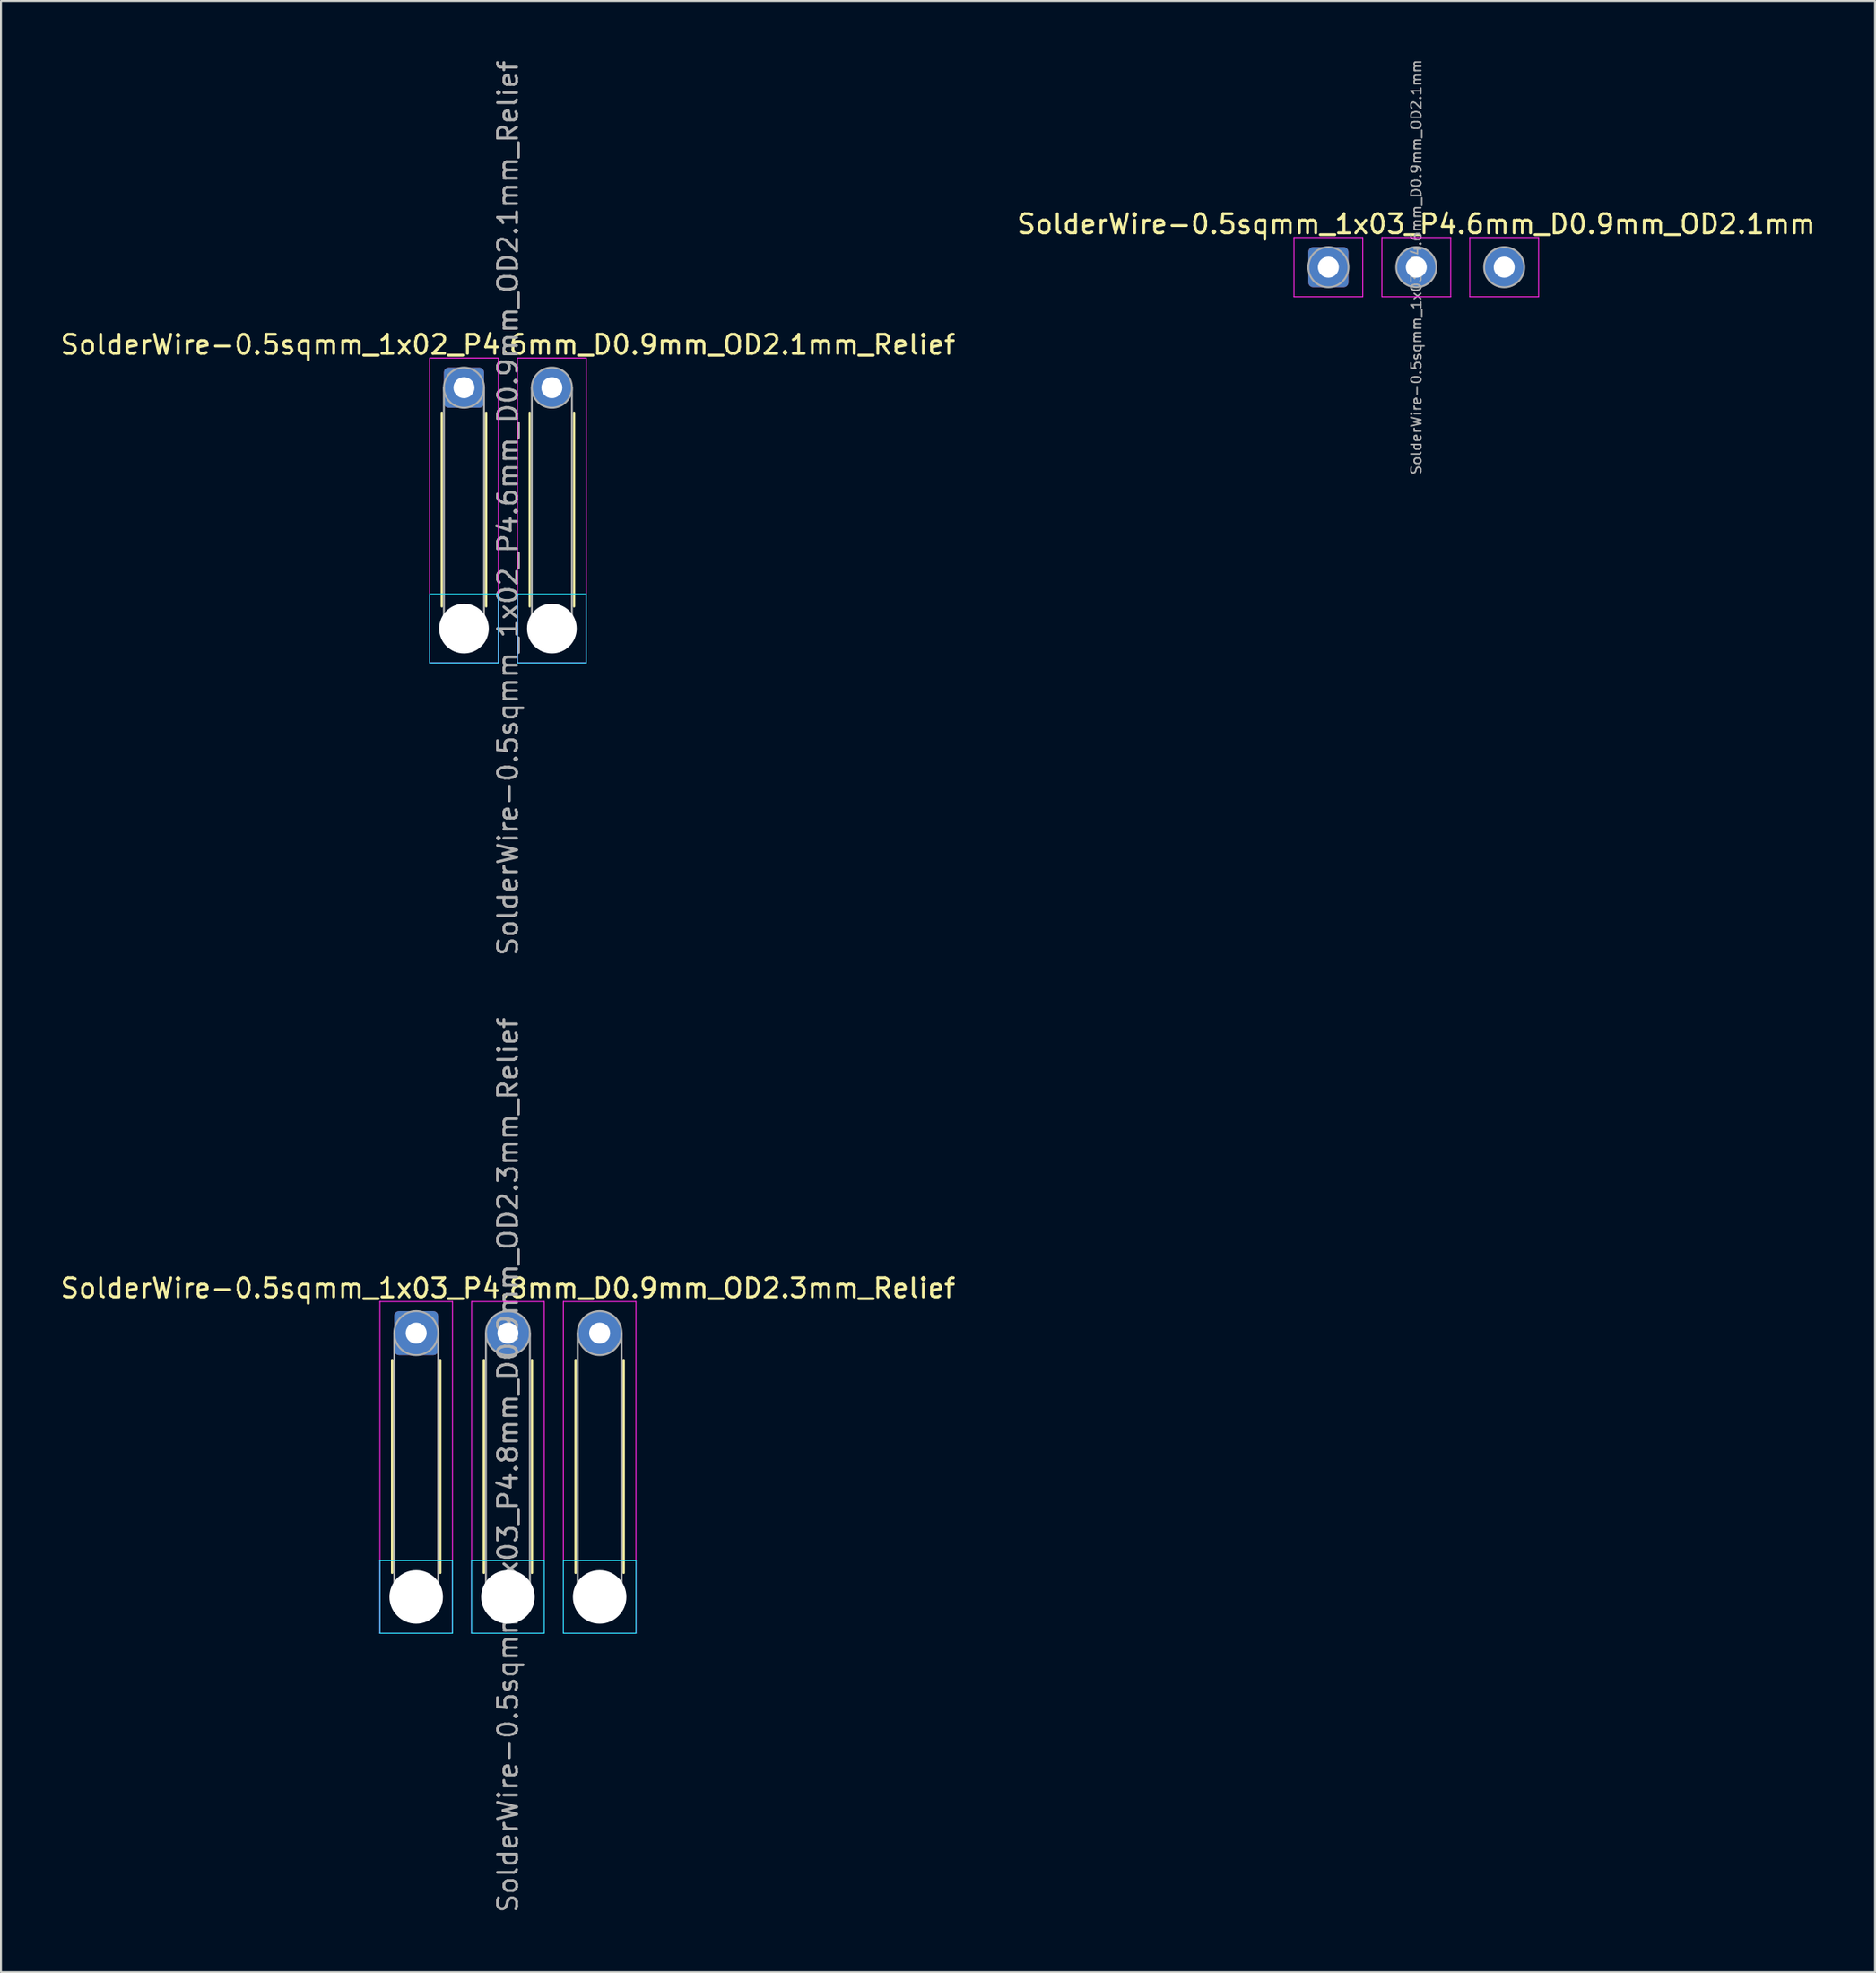
<source format=kicad_pcb>
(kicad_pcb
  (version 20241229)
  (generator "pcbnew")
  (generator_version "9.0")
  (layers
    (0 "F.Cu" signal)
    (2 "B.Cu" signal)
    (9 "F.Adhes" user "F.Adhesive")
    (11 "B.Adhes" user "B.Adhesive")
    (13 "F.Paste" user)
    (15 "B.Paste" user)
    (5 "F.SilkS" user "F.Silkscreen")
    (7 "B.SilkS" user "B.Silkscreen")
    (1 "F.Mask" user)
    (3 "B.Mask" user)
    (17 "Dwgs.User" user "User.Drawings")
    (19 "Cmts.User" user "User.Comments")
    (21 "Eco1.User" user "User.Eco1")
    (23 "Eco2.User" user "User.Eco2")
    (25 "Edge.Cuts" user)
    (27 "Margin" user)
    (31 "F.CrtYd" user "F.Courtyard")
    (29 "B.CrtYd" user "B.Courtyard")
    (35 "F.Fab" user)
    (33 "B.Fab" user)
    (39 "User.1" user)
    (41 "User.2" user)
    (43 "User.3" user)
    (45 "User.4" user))
  (footprint "SolderWire-0.5sqmm_1x02_P4.6mm_D0.9mm_OD2.1mm_Relief"
    (layer "F.Cu")
    (at 21.23 17.23)
    (property "Reference" "SolderWire-0.5sqmm_1x02_P4.6mm_D0.9mm_OD2.1mm_Relief" (at 2.3 -2.25 0) (layer "F.SilkS") (effects (font (size 1 1) (thickness 0.15))))
    (attr exclude_from_pos_files exclude_from_bom)
    (fp_line (start -1.16 1.31) (end -1.16 11.44) (stroke (width 0.12) (type solid)) (layer "F.SilkS"))
    (fp_line (start 1.16 1.31) (end 1.16 11.44) (stroke (width 0.12) (type solid)) (layer "F.SilkS"))
    (fp_line (start 3.44 1.31) (end 3.44 11.44) (stroke (width 0.12) (type solid)) (layer "F.SilkS"))
    (fp_line (start 5.76 1.31) (end 5.76 11.44) (stroke (width 0.12) (type solid)) (layer "F.SilkS"))
    (fp_line (start -1.8 10.8) (end -1.8 14.4) (stroke (width 0.05) (type solid)) (layer "B.CrtYd"))
    (fp_line (start -1.8 14.4) (end 1.8 14.4) (stroke (width 0.05) (type solid)) (layer "B.CrtYd"))
    (fp_line (start 1.8 10.8) (end -1.8 10.8) (stroke (width 0.05) (type solid)) (layer "B.CrtYd"))
    (fp_line (start 1.8 14.4) (end 1.8 10.8) (stroke (width 0.05) (type solid)) (layer "B.CrtYd"))
    (fp_line (start 2.8 10.8) (end 2.8 14.4) (stroke (width 0.05) (type solid)) (layer "B.CrtYd"))
    (fp_line (start 2.8 14.4) (end 6.4 14.4) (stroke (width 0.05) (type solid)) (layer "B.CrtYd"))
    (fp_line (start 6.4 10.8) (end 2.8 10.8) (stroke (width 0.05) (type solid)) (layer "B.CrtYd"))
    (fp_line (start 6.4 14.4) (end 6.4 10.8) (stroke (width 0.05) (type solid)) (layer "B.CrtYd"))
    (fp_line (start -1.8 -1.55) (end -1.8 14.4) (stroke (width 0.05) (type solid)) (layer "F.CrtYd"))
    (fp_line (start -1.8 14.4) (end 1.8 14.4) (stroke (width 0.05) (type solid)) (layer "F.CrtYd"))
    (fp_line (start 1.8 -1.55) (end -1.8 -1.55) (stroke (width 0.05) (type solid)) (layer "F.CrtYd"))
    (fp_line (start 1.8 14.4) (end 1.8 -1.55) (stroke (width 0.05) (type solid)) (layer "F.CrtYd"))
    (fp_line (start 2.8 -1.55) (end 2.8 14.4) (stroke (width 0.05) (type solid)) (layer "F.CrtYd"))
    (fp_line (start 2.8 14.4) (end 6.4 14.4) (stroke (width 0.05) (type solid)) (layer "F.CrtYd"))
    (fp_line (start 6.4 -1.55) (end 2.8 -1.55) (stroke (width 0.05) (type solid)) (layer "F.CrtYd"))
    (fp_line (start 6.4 14.4) (end 6.4 -1.55) (stroke (width 0.05) (type solid)) (layer "F.CrtYd"))
    (fp_line (start -1.05 0) (end -1.05 12.6) (stroke (width 0.1) (type solid)) (layer "F.Fab"))
    (fp_line (start 1.05 0) (end 1.05 12.6) (stroke (width 0.1) (type solid)) (layer "F.Fab"))
    (fp_line (start 3.55 0) (end 3.55 12.6) (stroke (width 0.1) (type solid)) (layer "F.Fab"))
    (fp_line (start 5.65 0) (end 5.65 12.6) (stroke (width 0.1) (type solid)) (layer "F.Fab"))
    (fp_circle (center 0 0) (end 1.05 0) (stroke (width 0.1) (type solid)) (fill no) (layer "F.Fab"))
    (fp_circle (center 0 12.6) (end 1.05 12.6) (stroke (width 0.1) (type solid)) (fill no) (layer "F.Fab"))
    (fp_circle (center 4.6 0) (end 5.65 0) (stroke (width 0.1) (type solid)) (fill no) (layer "F.Fab"))
    (fp_circle (center 4.6 12.6) (end 5.65 12.6) (stroke (width 0.1) (type solid)) (fill no) (layer "F.Fab"))
    (fp_text user "${REFERENCE}" (at 2.3 6.3 90) (layer "F.Fab") (effects (font (size 1 1) (thickness 0.15))))
    (pad "" np_thru_hole circle (at 0 12.6) (size 2.6 2.6) (drill 2.6) (layers "*.Cu" "*.Mask"))
    (pad "" np_thru_hole circle (at 4.6 12.6) (size 2.6 2.6) (drill 2.6) (layers "*.Cu" "*.Mask"))
    (pad "1" thru_hole roundrect (at 0 0) (size 2.1 2.1) (drill 1.1) (layers "*.Cu" "*.Mask") (roundrect_rratio 0.119))
    (pad "2" thru_hole circle (at 4.6 0) (size 2.1 2.1) (drill 1.1) (layers "*.Cu" "*.Mask")))
  (footprint "SolderWire-0.5sqmm_1x03_P4.8mm_D0.9mm_OD2.3mm_Relief"
    (layer "F.Cu")
    (at 18.73 66.689)
    (property "Reference" "SolderWire-0.5sqmm_1x03_P4.8mm_D0.9mm_OD2.3mm_Relief" (at 4.8 -2.35 0) (layer "F.SilkS") (effects (font (size 1 1) (thickness 0.15))))
    (attr exclude_from_pos_files exclude_from_bom)
    (fp_line (start -1.26 1.41) (end -1.26 12.54) (stroke (width 0.12) (type solid)) (layer "F.SilkS"))
    (fp_line (start 1.26 1.41) (end 1.26 12.54) (stroke (width 0.12) (type solid)) (layer "F.SilkS"))
    (fp_line (start 3.54 1.41) (end 3.54 12.54) (stroke (width 0.12) (type solid)) (layer "F.SilkS"))
    (fp_line (start 6.06 1.41) (end 6.06 12.54) (stroke (width 0.12) (type solid)) (layer "F.SilkS"))
    (fp_line (start 8.34 1.41) (end 8.34 12.54) (stroke (width 0.12) (type solid)) (layer "F.SilkS"))
    (fp_line (start 10.86 1.41) (end 10.86 12.54) (stroke (width 0.12) (type solid)) (layer "F.SilkS"))
    (fp_line (start -1.9 11.9) (end -1.9 15.7) (stroke (width 0.05) (type solid)) (layer "B.CrtYd"))
    (fp_line (start -1.9 15.7) (end 1.9 15.7) (stroke (width 0.05) (type solid)) (layer "B.CrtYd"))
    (fp_line (start 1.9 11.9) (end -1.9 11.9) (stroke (width 0.05) (type solid)) (layer "B.CrtYd"))
    (fp_line (start 1.9 15.7) (end 1.9 11.9) (stroke (width 0.05) (type solid)) (layer "B.CrtYd"))
    (fp_line (start 2.9 11.9) (end 2.9 15.7) (stroke (width 0.05) (type solid)) (layer "B.CrtYd"))
    (fp_line (start 2.9 15.7) (end 6.7 15.7) (stroke (width 0.05) (type solid)) (layer "B.CrtYd"))
    (fp_line (start 6.7 11.9) (end 2.9 11.9) (stroke (width 0.05) (type solid)) (layer "B.CrtYd"))
    (fp_line (start 6.7 15.7) (end 6.7 11.9) (stroke (width 0.05) (type solid)) (layer "B.CrtYd"))
    (fp_line (start 7.7 11.9) (end 7.7 15.7) (stroke (width 0.05) (type solid)) (layer "B.CrtYd"))
    (fp_line (start 7.7 15.7) (end 11.5 15.7) (stroke (width 0.05) (type solid)) (layer "B.CrtYd"))
    (fp_line (start 11.5 11.9) (end 7.7 11.9) (stroke (width 0.05) (type solid)) (layer "B.CrtYd"))
    (fp_line (start 11.5 15.7) (end 11.5 11.9) (stroke (width 0.05) (type solid)) (layer "B.CrtYd"))
    (fp_line (start -1.9 -1.65) (end -1.9 15.7) (stroke (width 0.05) (type solid)) (layer "F.CrtYd"))
    (fp_line (start -1.9 15.7) (end 1.9 15.7) (stroke (width 0.05) (type solid)) (layer "F.CrtYd"))
    (fp_line (start 1.9 -1.65) (end -1.9 -1.65) (stroke (width 0.05) (type solid)) (layer "F.CrtYd"))
    (fp_line (start 1.9 15.7) (end 1.9 -1.65) (stroke (width 0.05) (type solid)) (layer "F.CrtYd"))
    (fp_line (start 2.9 -1.65) (end 2.9 15.7) (stroke (width 0.05) (type solid)) (layer "F.CrtYd"))
    (fp_line (start 2.9 15.7) (end 6.7 15.7) (stroke (width 0.05) (type solid)) (layer "F.CrtYd"))
    (fp_line (start 6.7 -1.65) (end 2.9 -1.65) (stroke (width 0.05) (type solid)) (layer "F.CrtYd"))
    (fp_line (start 6.7 15.7) (end 6.7 -1.65) (stroke (width 0.05) (type solid)) (layer "F.CrtYd"))
    (fp_line (start 7.7 -1.65) (end 7.7 15.7) (stroke (width 0.05) (type solid)) (layer "F.CrtYd"))
    (fp_line (start 7.7 15.7) (end 11.5 15.7) (stroke (width 0.05) (type solid)) (layer "F.CrtYd"))
    (fp_line (start 11.5 -1.65) (end 7.7 -1.65) (stroke (width 0.05) (type solid)) (layer "F.CrtYd"))
    (fp_line (start 11.5 15.7) (end 11.5 -1.65) (stroke (width 0.05) (type solid)) (layer "F.CrtYd"))
    (fp_line (start -1.15 0) (end -1.15 13.8) (stroke (width 0.1) (type solid)) (layer "F.Fab"))
    (fp_line (start 1.15 0) (end 1.15 13.8) (stroke (width 0.1) (type solid)) (layer "F.Fab"))
    (fp_line (start 3.65 0) (end 3.65 13.8) (stroke (width 0.1) (type solid)) (layer "F.Fab"))
    (fp_line (start 5.95 0) (end 5.95 13.8) (stroke (width 0.1) (type solid)) (layer "F.Fab"))
    (fp_line (start 8.45 0) (end 8.45 13.8) (stroke (width 0.1) (type solid)) (layer "F.Fab"))
    (fp_line (start 10.75 0) (end 10.75 13.8) (stroke (width 0.1) (type solid)) (layer "F.Fab"))
    (fp_circle (center 0 0) (end 1.15 0) (stroke (width 0.1) (type solid)) (fill no) (layer "F.Fab"))
    (fp_circle (center 0 13.8) (end 1.15 13.8) (stroke (width 0.1) (type solid)) (fill no) (layer "F.Fab"))
    (fp_circle (center 4.8 0) (end 5.95 0) (stroke (width 0.1) (type solid)) (fill no) (layer "F.Fab"))
    (fp_circle (center 4.8 13.8) (end 5.95 13.8) (stroke (width 0.1) (type solid)) (fill no) (layer "F.Fab"))
    (fp_circle (center 9.6 0) (end 10.75 0) (stroke (width 0.1) (type solid)) (fill no) (layer "F.Fab"))
    (fp_circle (center 9.6 13.8) (end 10.75 13.8) (stroke (width 0.1) (type solid)) (fill no) (layer "F.Fab"))
    (fp_text user "${REFERENCE}" (at 4.8 6.9 90) (layer "F.Fab") (effects (font (size 1 1) (thickness 0.15))))
    (pad "" np_thru_hole circle (at 0 13.8) (size 2.8 2.8) (drill 2.8) (layers "*.Cu" "*.Mask"))
    (pad "" np_thru_hole circle (at 4.8 13.8) (size 2.8 2.8) (drill 2.8) (layers "*.Cu" "*.Mask"))
    (pad "" np_thru_hole circle (at 9.6 13.8) (size 2.8 2.8) (drill 2.8) (layers "*.Cu" "*.Mask"))
    (pad "1" thru_hole roundrect (at 0 0) (size 2.3 2.3) (drill 1.1) (layers "*.Cu" "*.Mask") (roundrect_rratio 0.109))
    (pad "2" thru_hole circle (at 4.8 0) (size 2.3 2.3) (drill 1.1) (layers "*.Cu" "*.Mask"))
    (pad "3" thru_hole circle (at 9.6 0) (size 2.3 2.3) (drill 1.1) (layers "*.Cu" "*.Mask")))
  (footprint "SolderWire-0.5sqmm_1x03_P4.6mm_D0.9mm_OD2.1mm"
    (layer "F.Cu")
    (at 66.465 10.926)
    (property "Reference" "SolderWire-0.5sqmm_1x03_P4.6mm_D0.9mm_OD2.1mm" (at 4.6 -2.25 0) (layer "F.SilkS") (effects (font (size 1 1) (thickness 0.15))))
    (attr exclude_from_pos_files exclude_from_bom)
    (fp_line (start -1.8 -1.55) (end -1.8 1.55) (stroke (width 0.05) (type solid)) (layer "F.CrtYd"))
    (fp_line (start -1.8 1.55) (end 1.8 1.55) (stroke (width 0.05) (type solid)) (layer "F.CrtYd"))
    (fp_line (start 1.8 -1.55) (end -1.8 -1.55) (stroke (width 0.05) (type solid)) (layer "F.CrtYd"))
    (fp_line (start 1.8 1.55) (end 1.8 -1.55) (stroke (width 0.05) (type solid)) (layer "F.CrtYd"))
    (fp_line (start 2.8 -1.55) (end 2.8 1.55) (stroke (width 0.05) (type solid)) (layer "F.CrtYd"))
    (fp_line (start 2.8 1.55) (end 6.4 1.55) (stroke (width 0.05) (type solid)) (layer "F.CrtYd"))
    (fp_line (start 6.4 -1.55) (end 2.8 -1.55) (stroke (width 0.05) (type solid)) (layer "F.CrtYd"))
    (fp_line (start 6.4 1.55) (end 6.4 -1.55) (stroke (width 0.05) (type solid)) (layer "F.CrtYd"))
    (fp_line (start 7.4 -1.55) (end 7.4 1.55) (stroke (width 0.05) (type solid)) (layer "F.CrtYd"))
    (fp_line (start 7.4 1.55) (end 11 1.55) (stroke (width 0.05) (type solid)) (layer "F.CrtYd"))
    (fp_line (start 11 -1.55) (end 7.4 -1.55) (stroke (width 0.05) (type solid)) (layer "F.CrtYd"))
    (fp_line (start 11 1.55) (end 11 -1.55) (stroke (width 0.05) (type solid)) (layer "F.CrtYd"))
    (fp_circle (center 0 0) (end 1.05 0) (stroke (width 0.1) (type solid)) (fill no) (layer "F.Fab"))
    (fp_circle (center 4.6 0) (end 5.65 0) (stroke (width 0.1) (type solid)) (fill no) (layer "F.Fab"))
    (fp_circle (center 9.2 0) (end 10.25 0) (stroke (width 0.1) (type solid)) (fill no) (layer "F.Fab"))
    (fp_text user "${REFERENCE}" (at 4.6 0 90) (layer "F.Fab") (effects (font (size 0.52 0.52) (thickness 0.08))))
    (pad "1" thru_hole roundrect (at 0 0) (size 2.1 2.1) (drill 1.1) (layers "*.Cu" "*.Mask") (roundrect_rratio 0.119))
    (pad "2" thru_hole circle (at 4.6 0) (size 2.1 2.1) (drill 1.1) (layers "*.Cu" "*.Mask"))
    (pad "3" thru_hole circle (at 9.2 0) (size 2.1 2.1) (drill 1.1) (layers "*.Cu" "*.Mask")))
  (gr_rect
    (start -3 -3)
    (end 95.071 100.119)
    (stroke (width 0.1) (type default))
    (fill no)
    (layer "Edge.Cuts")))
</source>
